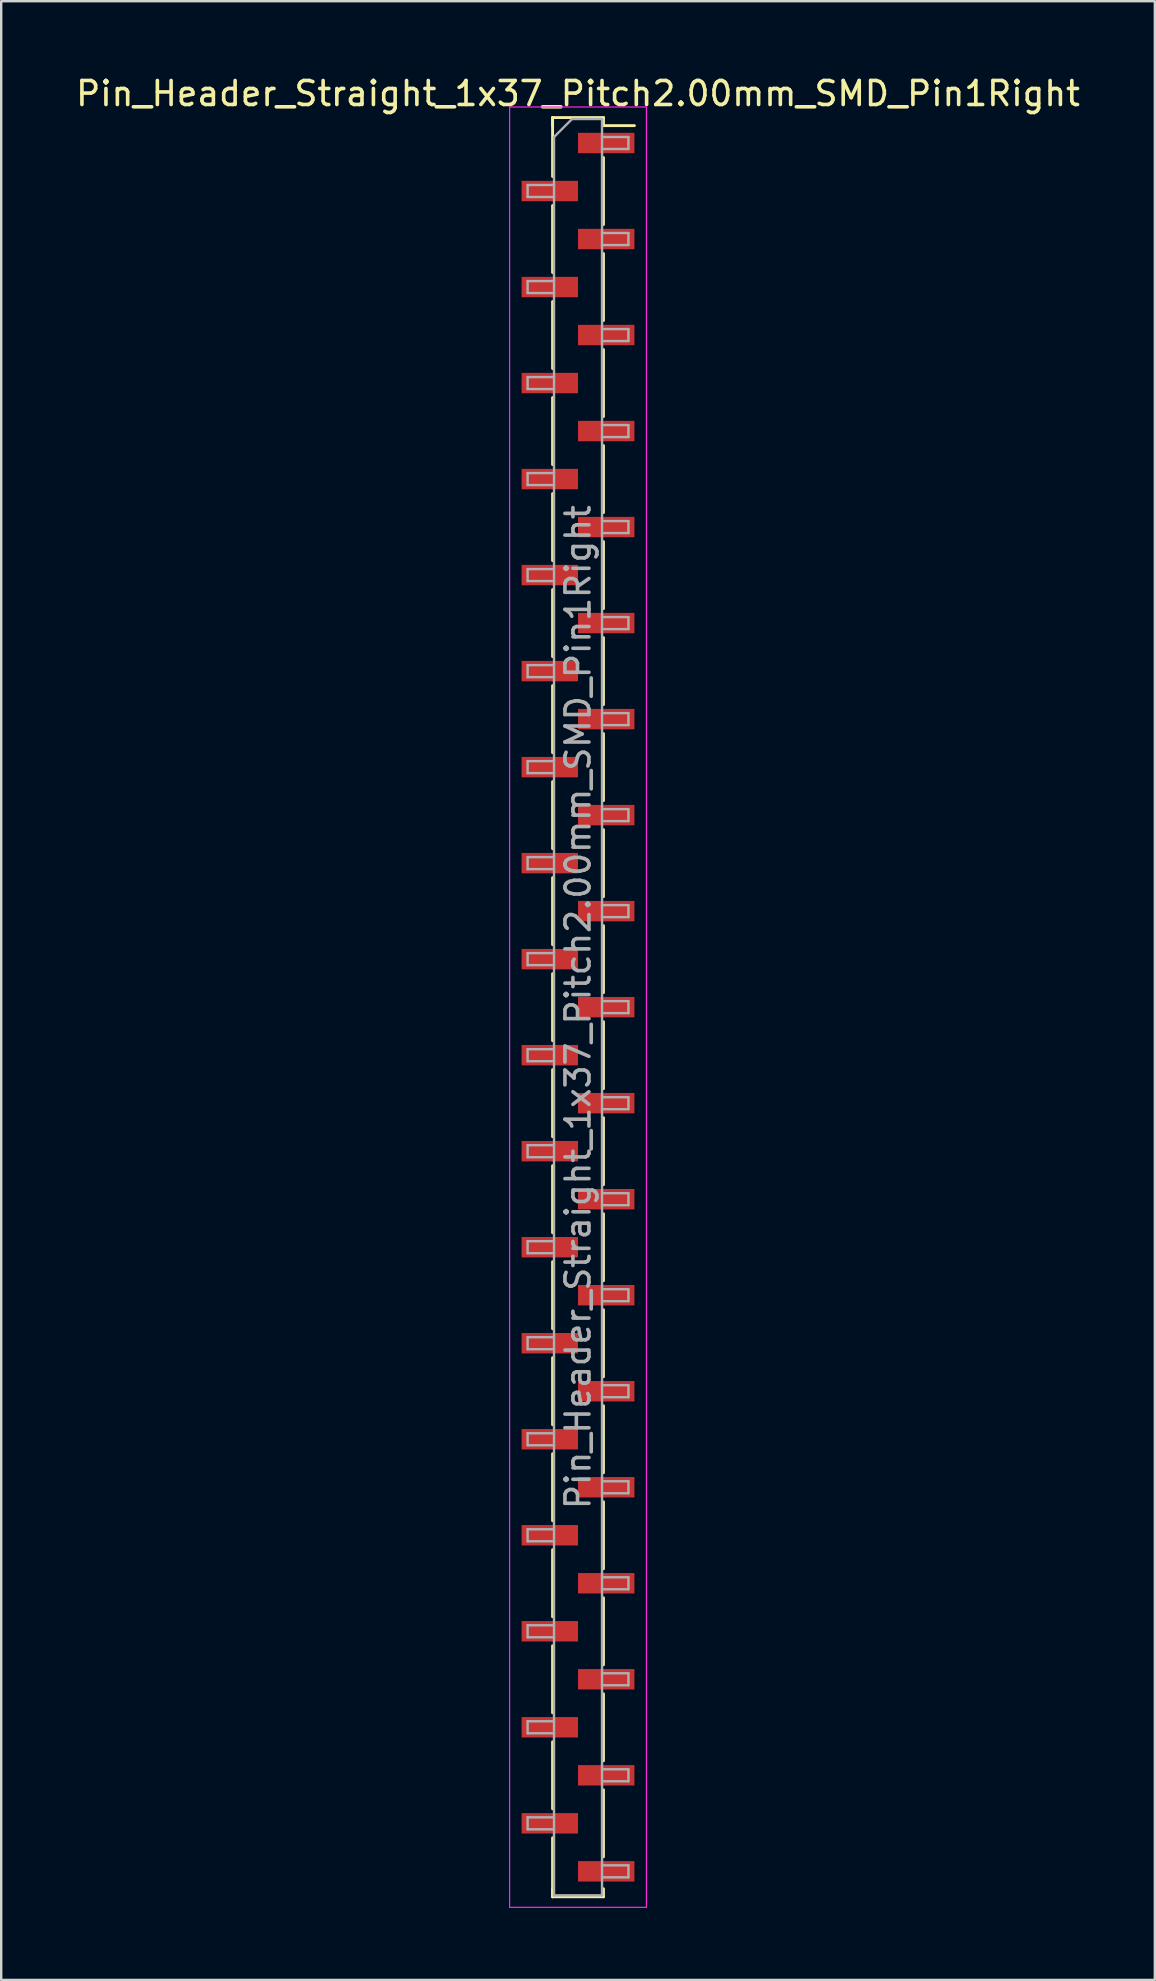
<source format=kicad_pcb>
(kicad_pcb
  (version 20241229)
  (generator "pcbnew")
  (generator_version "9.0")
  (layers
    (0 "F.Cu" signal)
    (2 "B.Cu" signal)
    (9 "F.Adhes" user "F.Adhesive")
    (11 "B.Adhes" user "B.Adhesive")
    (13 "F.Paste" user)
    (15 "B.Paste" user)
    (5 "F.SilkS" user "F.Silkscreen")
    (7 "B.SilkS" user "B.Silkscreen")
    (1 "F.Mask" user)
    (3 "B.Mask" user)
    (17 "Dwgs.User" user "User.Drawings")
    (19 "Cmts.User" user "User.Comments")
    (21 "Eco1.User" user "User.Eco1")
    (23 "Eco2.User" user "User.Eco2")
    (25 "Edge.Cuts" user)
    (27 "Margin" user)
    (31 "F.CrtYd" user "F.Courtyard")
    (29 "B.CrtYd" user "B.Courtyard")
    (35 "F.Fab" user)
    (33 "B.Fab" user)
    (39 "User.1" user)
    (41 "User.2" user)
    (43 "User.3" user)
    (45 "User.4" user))
  (footprint "Pin_Header_Straight_1x37_Pitch2.00mm_SMD_Pin1Right"
    (layer "F.Cu")
    (at 21.03 38.908)
    (property "Reference" "Pin_Header_Straight_1x37_Pitch2.00mm_SMD_Pin1Right" (at 0 -38.06 0) (layer "F.SilkS") (effects (font (size 1 1) (thickness 0.15))))
    (attr smd)
    (fp_line (start -1.06 -37.06) (end -1.06 -34.605) (stroke (width 0.12) (type solid)) (layer "F.SilkS"))
    (fp_line (start -1.06 -37.06) (end 1.06 -37.06) (stroke (width 0.12) (type solid)) (layer "F.SilkS"))
    (fp_line (start -1.06 -36.725) (end -1.06 -37.06) (stroke (width 0.12) (type solid)) (layer "F.SilkS"))
    (fp_line (start -1.06 -33.395) (end -1.06 -30.605) (stroke (width 0.12) (type solid)) (layer "F.SilkS"))
    (fp_line (start -1.06 -29.395) (end -1.06 -26.605) (stroke (width 0.12) (type solid)) (layer "F.SilkS"))
    (fp_line (start -1.06 -25.395) (end -1.06 -22.605) (stroke (width 0.12) (type solid)) (layer "F.SilkS"))
    (fp_line (start -1.06 -21.395) (end -1.06 -18.605) (stroke (width 0.12) (type solid)) (layer "F.SilkS"))
    (fp_line (start -1.06 -17.395) (end -1.06 -14.605) (stroke (width 0.12) (type solid)) (layer "F.SilkS"))
    (fp_line (start -1.06 -13.395) (end -1.06 -10.605) (stroke (width 0.12) (type solid)) (layer "F.SilkS"))
    (fp_line (start -1.06 -9.395) (end -1.06 -6.605) (stroke (width 0.12) (type solid)) (layer "F.SilkS"))
    (fp_line (start -1.06 -5.395) (end -1.06 -2.605) (stroke (width 0.12) (type solid)) (layer "F.SilkS"))
    (fp_line (start -1.06 -1.395) (end -1.06 1.395) (stroke (width 0.12) (type solid)) (layer "F.SilkS"))
    (fp_line (start -1.06 2.605) (end -1.06 5.395) (stroke (width 0.12) (type solid)) (layer "F.SilkS"))
    (fp_line (start -1.06 6.605) (end -1.06 9.395) (stroke (width 0.12) (type solid)) (layer "F.SilkS"))
    (fp_line (start -1.06 10.605) (end -1.06 13.395) (stroke (width 0.12) (type solid)) (layer "F.SilkS"))
    (fp_line (start -1.06 14.605) (end -1.06 17.395) (stroke (width 0.12) (type solid)) (layer "F.SilkS"))
    (fp_line (start -1.06 18.605) (end -1.06 21.395) (stroke (width 0.12) (type solid)) (layer "F.SilkS"))
    (fp_line (start -1.06 22.605) (end -1.06 25.395) (stroke (width 0.12) (type solid)) (layer "F.SilkS"))
    (fp_line (start -1.06 26.605) (end -1.06 29.395) (stroke (width 0.12) (type solid)) (layer "F.SilkS"))
    (fp_line (start -1.06 30.605) (end -1.06 33.395) (stroke (width 0.12) (type solid)) (layer "F.SilkS"))
    (fp_line (start -1.06 34.605) (end -1.06 37.06) (stroke (width 0.12) (type solid)) (layer "F.SilkS"))
    (fp_line (start -1.06 36.725) (end -1.06 37.06) (stroke (width 0.12) (type solid)) (layer "F.SilkS"))
    (fp_line (start -1.06 37.06) (end 1.06 37.06) (stroke (width 0.12) (type solid)) (layer "F.SilkS"))
    (fp_line (start 1.06 -37.06) (end 1.06 -36.725) (stroke (width 0.12) (type solid)) (layer "F.SilkS"))
    (fp_line (start 1.06 -36.725) (end 2.35 -36.725) (stroke (width 0.12) (type solid)) (layer "F.SilkS"))
    (fp_line (start 1.06 -35.395) (end 1.06 -32.605) (stroke (width 0.12) (type solid)) (layer "F.SilkS"))
    (fp_line (start 1.06 -31.395) (end 1.06 -28.605) (stroke (width 0.12) (type solid)) (layer "F.SilkS"))
    (fp_line (start 1.06 -27.395) (end 1.06 -24.605) (stroke (width 0.12) (type solid)) (layer "F.SilkS"))
    (fp_line (start 1.06 -23.395) (end 1.06 -20.605) (stroke (width 0.12) (type solid)) (layer "F.SilkS"))
    (fp_line (start 1.06 -19.395) (end 1.06 -16.605) (stroke (width 0.12) (type solid)) (layer "F.SilkS"))
    (fp_line (start 1.06 -15.395) (end 1.06 -12.605) (stroke (width 0.12) (type solid)) (layer "F.SilkS"))
    (fp_line (start 1.06 -11.395) (end 1.06 -8.605) (stroke (width 0.12) (type solid)) (layer "F.SilkS"))
    (fp_line (start 1.06 -7.395) (end 1.06 -4.605) (stroke (width 0.12) (type solid)) (layer "F.SilkS"))
    (fp_line (start 1.06 -3.395) (end 1.06 -0.605) (stroke (width 0.12) (type solid)) (layer "F.SilkS"))
    (fp_line (start 1.06 0.605) (end 1.06 3.395) (stroke (width 0.12) (type solid)) (layer "F.SilkS"))
    (fp_line (start 1.06 4.605) (end 1.06 7.395) (stroke (width 0.12) (type solid)) (layer "F.SilkS"))
    (fp_line (start 1.06 8.605) (end 1.06 11.395) (stroke (width 0.12) (type solid)) (layer "F.SilkS"))
    (fp_line (start 1.06 12.605) (end 1.06 15.395) (stroke (width 0.12) (type solid)) (layer "F.SilkS"))
    (fp_line (start 1.06 16.605) (end 1.06 19.395) (stroke (width 0.12) (type solid)) (layer "F.SilkS"))
    (fp_line (start 1.06 20.605) (end 1.06 23.395) (stroke (width 0.12) (type solid)) (layer "F.SilkS"))
    (fp_line (start 1.06 24.605) (end 1.06 27.395) (stroke (width 0.12) (type solid)) (layer "F.SilkS"))
    (fp_line (start 1.06 28.605) (end 1.06 31.395) (stroke (width 0.12) (type solid)) (layer "F.SilkS"))
    (fp_line (start 1.06 32.605) (end 1.06 35.395) (stroke (width 0.12) (type solid)) (layer "F.SilkS"))
    (fp_line (start 1.06 37.06) (end 1.06 36.725) (stroke (width 0.12) (type solid)) (layer "F.SilkS"))
    (fp_line (start -2.85 -37.5) (end -2.85 37.5) (stroke (width 0.05) (type solid)) (layer "F.CrtYd"))
    (fp_line (start -2.85 37.5) (end 2.85 37.5) (stroke (width 0.05) (type solid)) (layer "F.CrtYd"))
    (fp_line (start 2.85 -37.5) (end -2.85 -37.5) (stroke (width 0.05) (type solid)) (layer "F.CrtYd"))
    (fp_line (start 2.85 37.5) (end 2.85 -37.5) (stroke (width 0.05) (type solid)) (layer "F.CrtYd"))
    (fp_line (start -2.1 -34.25) (end -2.1 -33.75) (stroke (width 0.1) (type solid)) (layer "F.Fab"))
    (fp_line (start -2.1 -33.75) (end -1 -33.75) (stroke (width 0.1) (type solid)) (layer "F.Fab"))
    (fp_line (start -2.1 -30.25) (end -2.1 -29.75) (stroke (width 0.1) (type solid)) (layer "F.Fab"))
    (fp_line (start -2.1 -29.75) (end -1 -29.75) (stroke (width 0.1) (type solid)) (layer "F.Fab"))
    (fp_line (start -2.1 -26.25) (end -2.1 -25.75) (stroke (width 0.1) (type solid)) (layer "F.Fab"))
    (fp_line (start -2.1 -25.75) (end -1 -25.75) (stroke (width 0.1) (type solid)) (layer "F.Fab"))
    (fp_line (start -2.1 -22.25) (end -2.1 -21.75) (stroke (width 0.1) (type solid)) (layer "F.Fab"))
    (fp_line (start -2.1 -21.75) (end -1 -21.75) (stroke (width 0.1) (type solid)) (layer "F.Fab"))
    (fp_line (start -2.1 -18.25) (end -2.1 -17.75) (stroke (width 0.1) (type solid)) (layer "F.Fab"))
    (fp_line (start -2.1 -17.75) (end -1 -17.75) (stroke (width 0.1) (type solid)) (layer "F.Fab"))
    (fp_line (start -2.1 -14.25) (end -2.1 -13.75) (stroke (width 0.1) (type solid)) (layer "F.Fab"))
    (fp_line (start -2.1 -13.75) (end -1 -13.75) (stroke (width 0.1) (type solid)) (layer "F.Fab"))
    (fp_line (start -2.1 -10.25) (end -2.1 -9.75) (stroke (width 0.1) (type solid)) (layer "F.Fab"))
    (fp_line (start -2.1 -9.75) (end -1 -9.75) (stroke (width 0.1) (type solid)) (layer "F.Fab"))
    (fp_line (start -2.1 -6.25) (end -2.1 -5.75) (stroke (width 0.1) (type solid)) (layer "F.Fab"))
    (fp_line (start -2.1 -5.75) (end -1 -5.75) (stroke (width 0.1) (type solid)) (layer "F.Fab"))
    (fp_line (start -2.1 -2.25) (end -2.1 -1.75) (stroke (width 0.1) (type solid)) (layer "F.Fab"))
    (fp_line (start -2.1 -1.75) (end -1 -1.75) (stroke (width 0.1) (type solid)) (layer "F.Fab"))
    (fp_line (start -2.1 1.75) (end -2.1 2.25) (stroke (width 0.1) (type solid)) (layer "F.Fab"))
    (fp_line (start -2.1 2.25) (end -1 2.25) (stroke (width 0.1) (type solid)) (layer "F.Fab"))
    (fp_line (start -2.1 5.75) (end -2.1 6.25) (stroke (width 0.1) (type solid)) (layer "F.Fab"))
    (fp_line (start -2.1 6.25) (end -1 6.25) (stroke (width 0.1) (type solid)) (layer "F.Fab"))
    (fp_line (start -2.1 9.75) (end -2.1 10.25) (stroke (width 0.1) (type solid)) (layer "F.Fab"))
    (fp_line (start -2.1 10.25) (end -1 10.25) (stroke (width 0.1) (type solid)) (layer "F.Fab"))
    (fp_line (start -2.1 13.75) (end -2.1 14.25) (stroke (width 0.1) (type solid)) (layer "F.Fab"))
    (fp_line (start -2.1 14.25) (end -1 14.25) (stroke (width 0.1) (type solid)) (layer "F.Fab"))
    (fp_line (start -2.1 17.75) (end -2.1 18.25) (stroke (width 0.1) (type solid)) (layer "F.Fab"))
    (fp_line (start -2.1 18.25) (end -1 18.25) (stroke (width 0.1) (type solid)) (layer "F.Fab"))
    (fp_line (start -2.1 21.75) (end -2.1 22.25) (stroke (width 0.1) (type solid)) (layer "F.Fab"))
    (fp_line (start -2.1 22.25) (end -1 22.25) (stroke (width 0.1) (type solid)) (layer "F.Fab"))
    (fp_line (start -2.1 25.75) (end -2.1 26.25) (stroke (width 0.1) (type solid)) (layer "F.Fab"))
    (fp_line (start -2.1 26.25) (end -1 26.25) (stroke (width 0.1) (type solid)) (layer "F.Fab"))
    (fp_line (start -2.1 29.75) (end -2.1 30.25) (stroke (width 0.1) (type solid)) (layer "F.Fab"))
    (fp_line (start -2.1 30.25) (end -1 30.25) (stroke (width 0.1) (type solid)) (layer "F.Fab"))
    (fp_line (start -2.1 33.75) (end -2.1 34.25) (stroke (width 0.1) (type solid)) (layer "F.Fab"))
    (fp_line (start -2.1 34.25) (end -1 34.25) (stroke (width 0.1) (type solid)) (layer "F.Fab"))
    (fp_line (start -1 -36.25) (end -0.25 -37) (stroke (width 0.1) (type solid)) (layer "F.Fab"))
    (fp_line (start -1 -34.25) (end -2.1 -34.25) (stroke (width 0.1) (type solid)) (layer "F.Fab"))
    (fp_line (start -1 -30.25) (end -2.1 -30.25) (stroke (width 0.1) (type solid)) (layer "F.Fab"))
    (fp_line (start -1 -26.25) (end -2.1 -26.25) (stroke (width 0.1) (type solid)) (layer "F.Fab"))
    (fp_line (start -1 -22.25) (end -2.1 -22.25) (stroke (width 0.1) (type solid)) (layer "F.Fab"))
    (fp_line (start -1 -18.25) (end -2.1 -18.25) (stroke (width 0.1) (type solid)) (layer "F.Fab"))
    (fp_line (start -1 -14.25) (end -2.1 -14.25) (stroke (width 0.1) (type solid)) (layer "F.Fab"))
    (fp_line (start -1 -10.25) (end -2.1 -10.25) (stroke (width 0.1) (type solid)) (layer "F.Fab"))
    (fp_line (start -1 -6.25) (end -2.1 -6.25) (stroke (width 0.1) (type solid)) (layer "F.Fab"))
    (fp_line (start -1 -2.25) (end -2.1 -2.25) (stroke (width 0.1) (type solid)) (layer "F.Fab"))
    (fp_line (start -1 1.75) (end -2.1 1.75) (stroke (width 0.1) (type solid)) (layer "F.Fab"))
    (fp_line (start -1 5.75) (end -2.1 5.75) (stroke (width 0.1) (type solid)) (layer "F.Fab"))
    (fp_line (start -1 9.75) (end -2.1 9.75) (stroke (width 0.1) (type solid)) (layer "F.Fab"))
    (fp_line (start -1 13.75) (end -2.1 13.75) (stroke (width 0.1) (type solid)) (layer "F.Fab"))
    (fp_line (start -1 17.75) (end -2.1 17.75) (stroke (width 0.1) (type solid)) (layer "F.Fab"))
    (fp_line (start -1 21.75) (end -2.1 21.75) (stroke (width 0.1) (type solid)) (layer "F.Fab"))
    (fp_line (start -1 25.75) (end -2.1 25.75) (stroke (width 0.1) (type solid)) (layer "F.Fab"))
    (fp_line (start -1 29.75) (end -2.1 29.75) (stroke (width 0.1) (type solid)) (layer "F.Fab"))
    (fp_line (start -1 33.75) (end -2.1 33.75) (stroke (width 0.1) (type solid)) (layer "F.Fab"))
    (fp_line (start -1 37) (end -1 -36.25) (stroke (width 0.1) (type solid)) (layer "F.Fab"))
    (fp_line (start -0.25 -37) (end 1 -37) (stroke (width 0.1) (type solid)) (layer "F.Fab"))
    (fp_line (start 1 -37) (end 1 37) (stroke (width 0.1) (type solid)) (layer "F.Fab"))
    (fp_line (start 1 -36.25) (end 2.1 -36.25) (stroke (width 0.1) (type solid)) (layer "F.Fab"))
    (fp_line (start 1 -32.25) (end 2.1 -32.25) (stroke (width 0.1) (type solid)) (layer "F.Fab"))
    (fp_line (start 1 -28.25) (end 2.1 -28.25) (stroke (width 0.1) (type solid)) (layer "F.Fab"))
    (fp_line (start 1 -24.25) (end 2.1 -24.25) (stroke (width 0.1) (type solid)) (layer "F.Fab"))
    (fp_line (start 1 -20.25) (end 2.1 -20.25) (stroke (width 0.1) (type solid)) (layer "F.Fab"))
    (fp_line (start 1 -16.25) (end 2.1 -16.25) (stroke (width 0.1) (type solid)) (layer "F.Fab"))
    (fp_line (start 1 -12.25) (end 2.1 -12.25) (stroke (width 0.1) (type solid)) (layer "F.Fab"))
    (fp_line (start 1 -8.25) (end 2.1 -8.25) (stroke (width 0.1) (type solid)) (layer "F.Fab"))
    (fp_line (start 1 -4.25) (end 2.1 -4.25) (stroke (width 0.1) (type solid)) (layer "F.Fab"))
    (fp_line (start 1 -0.25) (end 2.1 -0.25) (stroke (width 0.1) (type solid)) (layer "F.Fab"))
    (fp_line (start 1 3.75) (end 2.1 3.75) (stroke (width 0.1) (type solid)) (layer "F.Fab"))
    (fp_line (start 1 7.75) (end 2.1 7.75) (stroke (width 0.1) (type solid)) (layer "F.Fab"))
    (fp_line (start 1 11.75) (end 2.1 11.75) (stroke (width 0.1) (type solid)) (layer "F.Fab"))
    (fp_line (start 1 15.75) (end 2.1 15.75) (stroke (width 0.1) (type solid)) (layer "F.Fab"))
    (fp_line (start 1 19.75) (end 2.1 19.75) (stroke (width 0.1) (type solid)) (layer "F.Fab"))
    (fp_line (start 1 23.75) (end 2.1 23.75) (stroke (width 0.1) (type solid)) (layer "F.Fab"))
    (fp_line (start 1 27.75) (end 2.1 27.75) (stroke (width 0.1) (type solid)) (layer "F.Fab"))
    (fp_line (start 1 31.75) (end 2.1 31.75) (stroke (width 0.1) (type solid)) (layer "F.Fab"))
    (fp_line (start 1 35.75) (end 2.1 35.75) (stroke (width 0.1) (type solid)) (layer "F.Fab"))
    (fp_line (start 1 37) (end -1 37) (stroke (width 0.1) (type solid)) (layer "F.Fab"))
    (fp_line (start 2.1 -36.25) (end 2.1 -35.75) (stroke (width 0.1) (type solid)) (layer "F.Fab"))
    (fp_line (start 2.1 -35.75) (end 1 -35.75) (stroke (width 0.1) (type solid)) (layer "F.Fab"))
    (fp_line (start 2.1 -32.25) (end 2.1 -31.75) (stroke (width 0.1) (type solid)) (layer "F.Fab"))
    (fp_line (start 2.1 -31.75) (end 1 -31.75) (stroke (width 0.1) (type solid)) (layer "F.Fab"))
    (fp_line (start 2.1 -28.25) (end 2.1 -27.75) (stroke (width 0.1) (type solid)) (layer "F.Fab"))
    (fp_line (start 2.1 -27.75) (end 1 -27.75) (stroke (width 0.1) (type solid)) (layer "F.Fab"))
    (fp_line (start 2.1 -24.25) (end 2.1 -23.75) (stroke (width 0.1) (type solid)) (layer "F.Fab"))
    (fp_line (start 2.1 -23.75) (end 1 -23.75) (stroke (width 0.1) (type solid)) (layer "F.Fab"))
    (fp_line (start 2.1 -20.25) (end 2.1 -19.75) (stroke (width 0.1) (type solid)) (layer "F.Fab"))
    (fp_line (start 2.1 -19.75) (end 1 -19.75) (stroke (width 0.1) (type solid)) (layer "F.Fab"))
    (fp_line (start 2.1 -16.25) (end 2.1 -15.75) (stroke (width 0.1) (type solid)) (layer "F.Fab"))
    (fp_line (start 2.1 -15.75) (end 1 -15.75) (stroke (width 0.1) (type solid)) (layer "F.Fab"))
    (fp_line (start 2.1 -12.25) (end 2.1 -11.75) (stroke (width 0.1) (type solid)) (layer "F.Fab"))
    (fp_line (start 2.1 -11.75) (end 1 -11.75) (stroke (width 0.1) (type solid)) (layer "F.Fab"))
    (fp_line (start 2.1 -8.25) (end 2.1 -7.75) (stroke (width 0.1) (type solid)) (layer "F.Fab"))
    (fp_line (start 2.1 -7.75) (end 1 -7.75) (stroke (width 0.1) (type solid)) (layer "F.Fab"))
    (fp_line (start 2.1 -4.25) (end 2.1 -3.75) (stroke (width 0.1) (type solid)) (layer "F.Fab"))
    (fp_line (start 2.1 -3.75) (end 1 -3.75) (stroke (width 0.1) (type solid)) (layer "F.Fab"))
    (fp_line (start 2.1 -0.25) (end 2.1 0.25) (stroke (width 0.1) (type solid)) (layer "F.Fab"))
    (fp_line (start 2.1 0.25) (end 1 0.25) (stroke (width 0.1) (type solid)) (layer "F.Fab"))
    (fp_line (start 2.1 3.75) (end 2.1 4.25) (stroke (width 0.1) (type solid)) (layer "F.Fab"))
    (fp_line (start 2.1 4.25) (end 1 4.25) (stroke (width 0.1) (type solid)) (layer "F.Fab"))
    (fp_line (start 2.1 7.75) (end 2.1 8.25) (stroke (width 0.1) (type solid)) (layer "F.Fab"))
    (fp_line (start 2.1 8.25) (end 1 8.25) (stroke (width 0.1) (type solid)) (layer "F.Fab"))
    (fp_line (start 2.1 11.75) (end 2.1 12.25) (stroke (width 0.1) (type solid)) (layer "F.Fab"))
    (fp_line (start 2.1 12.25) (end 1 12.25) (stroke (width 0.1) (type solid)) (layer "F.Fab"))
    (fp_line (start 2.1 15.75) (end 2.1 16.25) (stroke (width 0.1) (type solid)) (layer "F.Fab"))
    (fp_line (start 2.1 16.25) (end 1 16.25) (stroke (width 0.1) (type solid)) (layer "F.Fab"))
    (fp_line (start 2.1 19.75) (end 2.1 20.25) (stroke (width 0.1) (type solid)) (layer "F.Fab"))
    (fp_line (start 2.1 20.25) (end 1 20.25) (stroke (width 0.1) (type solid)) (layer "F.Fab"))
    (fp_line (start 2.1 23.75) (end 2.1 24.25) (stroke (width 0.1) (type solid)) (layer "F.Fab"))
    (fp_line (start 2.1 24.25) (end 1 24.25) (stroke (width 0.1) (type solid)) (layer "F.Fab"))
    (fp_line (start 2.1 27.75) (end 2.1 28.25) (stroke (width 0.1) (type solid)) (layer "F.Fab"))
    (fp_line (start 2.1 28.25) (end 1 28.25) (stroke (width 0.1) (type solid)) (layer "F.Fab"))
    (fp_line (start 2.1 31.75) (end 2.1 32.25) (stroke (width 0.1) (type solid)) (layer "F.Fab"))
    (fp_line (start 2.1 32.25) (end 1 32.25) (stroke (width 0.1) (type solid)) (layer "F.Fab"))
    (fp_line (start 2.1 35.75) (end 2.1 36.25) (stroke (width 0.1) (type solid)) (layer "F.Fab"))
    (fp_line (start 2.1 36.25) (end 1 36.25) (stroke (width 0.1) (type solid)) (layer "F.Fab"))
    (fp_text user "${REFERENCE}" (at 0 0 90) (layer "F.Fab") (effects (font (size 1 1) (thickness 0.15))))
    (pad "1" smd rect (at 1.175 -36) (size 2.35 0.85) (layers "F.Cu" "F.Mask" "F.Paste"))
    (pad "2" smd rect (at -1.175 -34) (size 2.35 0.85) (layers "F.Cu" "F.Mask" "F.Paste"))
    (pad "3" smd rect (at 1.175 -32) (size 2.35 0.85) (layers "F.Cu" "F.Mask" "F.Paste"))
    (pad "4" smd rect (at -1.175 -30) (size 2.35 0.85) (layers "F.Cu" "F.Mask" "F.Paste"))
    (pad "5" smd rect (at 1.175 -28) (size 2.35 0.85) (layers "F.Cu" "F.Mask" "F.Paste"))
    (pad "6" smd rect (at -1.175 -26) (size 2.35 0.85) (layers "F.Cu" "F.Mask" "F.Paste"))
    (pad "7" smd rect (at 1.175 -24) (size 2.35 0.85) (layers "F.Cu" "F.Mask" "F.Paste"))
    (pad "8" smd rect (at -1.175 -22) (size 2.35 0.85) (layers "F.Cu" "F.Mask" "F.Paste"))
    (pad "9" smd rect (at 1.175 -20) (size 2.35 0.85) (layers "F.Cu" "F.Mask" "F.Paste"))
    (pad "10" smd rect (at -1.175 -18) (size 2.35 0.85) (layers "F.Cu" "F.Mask" "F.Paste"))
    (pad "11" smd rect (at 1.175 -16) (size 2.35 0.85) (layers "F.Cu" "F.Mask" "F.Paste"))
    (pad "12" smd rect (at -1.175 -14) (size 2.35 0.85) (layers "F.Cu" "F.Mask" "F.Paste"))
    (pad "13" smd rect (at 1.175 -12) (size 2.35 0.85) (layers "F.Cu" "F.Mask" "F.Paste"))
    (pad "14" smd rect (at -1.175 -10) (size 2.35 0.85) (layers "F.Cu" "F.Mask" "F.Paste"))
    (pad "15" smd rect (at 1.175 -8) (size 2.35 0.85) (layers "F.Cu" "F.Mask" "F.Paste"))
    (pad "16" smd rect (at -1.175 -6) (size 2.35 0.85) (layers "F.Cu" "F.Mask" "F.Paste"))
    (pad "17" smd rect (at 1.175 -4) (size 2.35 0.85) (layers "F.Cu" "F.Mask" "F.Paste"))
    (pad "18" smd rect (at -1.175 -2) (size 2.35 0.85) (layers "F.Cu" "F.Mask" "F.Paste"))
    (pad "19" smd rect (at 1.175 0) (size 2.35 0.85) (layers "F.Cu" "F.Mask" "F.Paste"))
    (pad "20" smd rect (at -1.175 2) (size 2.35 0.85) (layers "F.Cu" "F.Mask" "F.Paste"))
    (pad "21" smd rect (at 1.175 4) (size 2.35 0.85) (layers "F.Cu" "F.Mask" "F.Paste"))
    (pad "22" smd rect (at -1.175 6) (size 2.35 0.85) (layers "F.Cu" "F.Mask" "F.Paste"))
    (pad "23" smd rect (at 1.175 8) (size 2.35 0.85) (layers "F.Cu" "F.Mask" "F.Paste"))
    (pad "24" smd rect (at -1.175 10) (size 2.35 0.85) (layers "F.Cu" "F.Mask" "F.Paste"))
    (pad "25" smd rect (at 1.175 12) (size 2.35 0.85) (layers "F.Cu" "F.Mask" "F.Paste"))
    (pad "26" smd rect (at -1.175 14) (size 2.35 0.85) (layers "F.Cu" "F.Mask" "F.Paste"))
    (pad "27" smd rect (at 1.175 16) (size 2.35 0.85) (layers "F.Cu" "F.Mask" "F.Paste"))
    (pad "28" smd rect (at -1.175 18) (size 2.35 0.85) (layers "F.Cu" "F.Mask" "F.Paste"))
    (pad "29" smd rect (at 1.175 20) (size 2.35 0.85) (layers "F.Cu" "F.Mask" "F.Paste"))
    (pad "30" smd rect (at -1.175 22) (size 2.35 0.85) (layers "F.Cu" "F.Mask" "F.Paste"))
    (pad "31" smd rect (at 1.175 24) (size 2.35 0.85) (layers "F.Cu" "F.Mask" "F.Paste"))
    (pad "32" smd rect (at -1.175 26) (size 2.35 0.85) (layers "F.Cu" "F.Mask" "F.Paste"))
    (pad "33" smd rect (at 1.175 28) (size 2.35 0.85) (layers "F.Cu" "F.Mask" "F.Paste"))
    (pad "34" smd rect (at -1.175 30) (size 2.35 0.85) (layers "F.Cu" "F.Mask" "F.Paste"))
    (pad "35" smd rect (at 1.175 32) (size 2.35 0.85) (layers "F.Cu" "F.Mask" "F.Paste"))
    (pad "36" smd rect (at -1.175 34) (size 2.35 0.85) (layers "F.Cu" "F.Mask" "F.Paste"))
    (pad "37" smd rect (at 1.175 36) (size 2.35 0.85) (layers "F.Cu" "F.Mask" "F.Paste")))
  (gr_rect
    (start -3 -3)
    (end 45.06 79.433)
    (stroke (width 0.1) (type default))
    (fill no)
    (layer "Edge.Cuts")))
</source>
